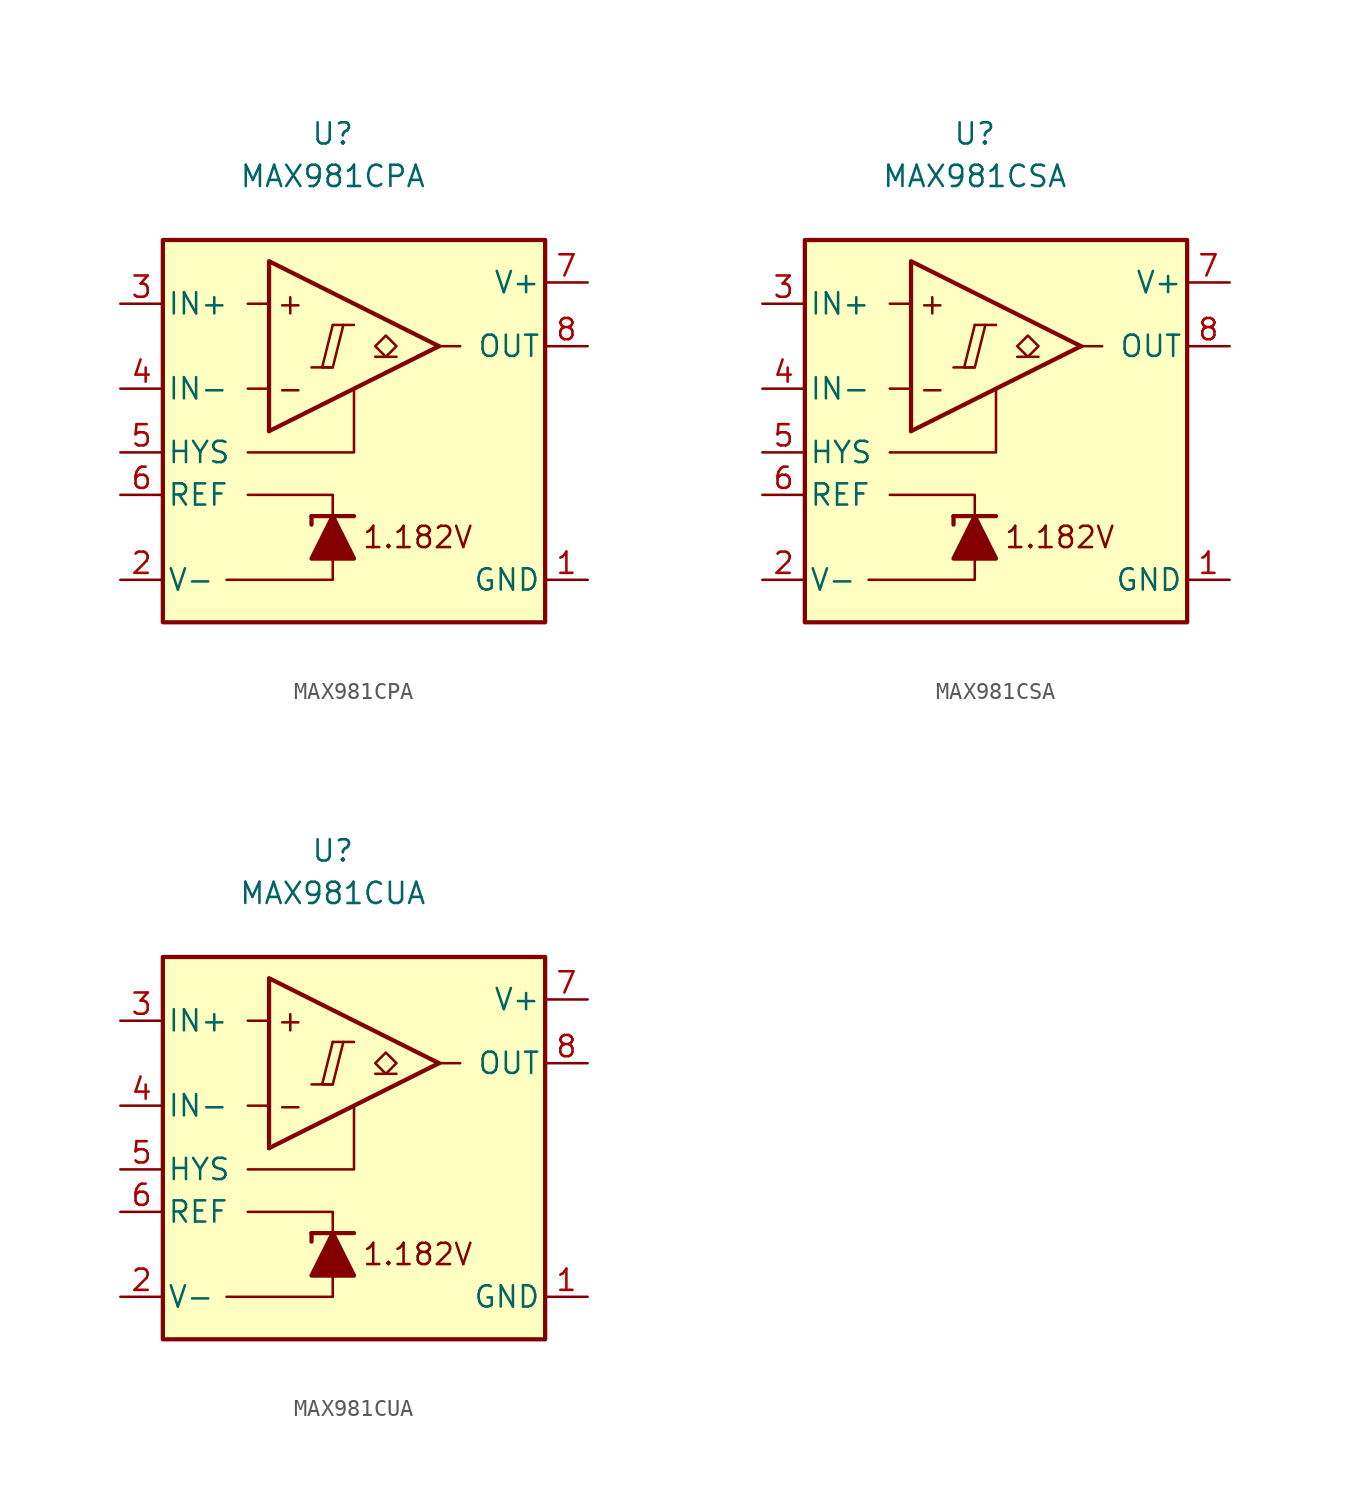
<source format=kicad_sym>
(kicad_symbol_lib
  (version 20211014)
  (generator kicad_symbol_editor)
  (symbol "MAX981CPA"
    (pin_names
      (offset 0.254))
    (property "Reference" "U"
      (at 0 16.51 0)
      (effects (font (size 1.27 1.27))))
    (property "Value" "MAX981CPA"
      (at 0 13.97 0)
      (effects (font (size 1.27 1.27))))
    (symbol "MAX981CPA_0_0"
      (polyline (pts (xy -1.27 2.54) (xy 0 2.54)) (stroke (width 0.152) (type default) (color 0 0 0 0)) (fill (type none)))
      (polyline (pts (xy 0 5.08) (xy 1.27 5.08)) (stroke (width 0.152) (type default) (color 0 0 0 0)) (fill (type none)))
      (polyline (pts (xy 6.35 3.81) (xy -3.81 -1.27)) (stroke (width 0.254) (type default) (color 0 0 0 0)) (fill (type none)))
      (polyline (pts (xy 6.35 3.81) (xy -3.81 8.89) (xy -3.81 -1.27)) (stroke (width 0.254) (type default) (color 0 0 0 0)) (fill (type background)))
      (polyline (pts (xy 0 5.08) (xy -0.635 2.54) (xy 0 2.54) (xy 0.635 5.08)) (stroke (width 0.152) (type default) (color 0 0 0 0)) (fill (type none)))
      (text "+" (at -2.54 6.35 0) (effects (font (size 1.27 1.27))))
      (text "-" (at -2.54 1.27 0) (effects (font (size 1.27 1.27))))
      (text "1.182V" (at 5.08 -7.62 0) (effects (font (size 1.27 1.27)))))
    (symbol "MAX981CPA_0_1"
      (polyline (pts (xy -3.81 1.27) (xy -5.08 1.27)) (stroke (width 0) (type default) (color 0 0 0 0)) (fill (type none)))
      (polyline (pts (xy -3.81 6.35) (xy -5.08 6.35)) (stroke (width 0) (type default) (color 0 0 0 0)) (fill (type none)))
      (polyline (pts (xy -1.27 -6.35) (xy -1.27 -6.858)) (stroke (width 0.254) (type default) (color 0 0 0 0)) (fill (type none)))
      (polyline (pts (xy -1.27 -6.35) (xy 1.27 -6.35)) (stroke (width 0.254) (type default) (color 0 0 0 0)) (fill (type none)))
      (polyline (pts (xy 6.35 3.81) (xy 7.62 3.81)) (stroke (width 0) (type default) (color 0 0 0 0)) (fill (type none)))
      (polyline (pts (xy 0 -8.89) (xy 0 -10.16) (xy -6.35 -10.16)) (stroke (width 0) (type default) (color 0 0 0 0)) (fill (type none)))
      (polyline (pts (xy 0 -6.35) (xy 0 -5.08) (xy -5.08 -5.08)) (stroke (width 0) (type default) (color 0 0 0 0)) (fill (type none)))
      (polyline (pts (xy 1.27 1.27) (xy 1.27 -2.54) (xy -5.08 -2.54)) (stroke (width 0) (type default) (color 0 0 0 0)) (fill (type none)))
      (polyline (pts (xy 1.27 -8.89) (xy -1.27 -8.89) (xy 0 -6.35) (xy 1.27 -8.89)) (stroke (width 0.254) (type default) (color 0 0 0 0)) (fill (type outline)))
      (rectangle (start 12.7 10.16) (end -10.16 -12.7) (stroke (width 0.254) (type default) (color 0 0 0 0)) (fill (type background))))
    (symbol "MAX981CPA_1_1"
      (polyline (pts (xy 3.81 3.175) (xy 2.54 3.175)) (stroke (width 0.152) (type default) (color 0 0 0 0)) (fill (type none)))
      (polyline (pts (xy 3.175 3.175) (xy 2.54 3.81) (xy 3.175 4.445) (xy 3.81 3.81) (xy 3.175 3.175)) (stroke (width 0.152) (type default) (color 0 0 0 0)) (fill (type none)))
      (pin power_in line (at 15.24 -10.16 180) (length 2.54) (name "GND" (effects (font (size 1.27 1.27)))) (number "1" (effects (font (size 1.27 1.27)))))
      (pin power_in line (at -12.7 -10.16 0) (length 2.54) (name "V-" (effects (font (size 1.27 1.27)))) (number "2" (effects (font (size 1.27 1.27)))))
      (pin input line (at -12.7 6.35 0) (length 2.54) (name "IN+" (effects (font (size 1.27 1.27)))) (number "3" (effects (font (size 1.27 1.27)))))
      (pin input line (at -12.7 1.27 0) (length 2.54) (name "IN-" (effects (font (size 1.27 1.27)))) (number "4" (effects (font (size 1.27 1.27)))))
      (pin input line (at -12.7 -2.54 0) (length 2.54) (name "HYS" (effects (font (size 1.27 1.27)))) (number "5" (effects (font (size 1.27 1.27)))))
      (pin output line (at -12.7 -5.08 0) (length 2.54) (name "REF" (effects (font (size 1.27 1.27)))) (number "6" (effects (font (size 1.27 1.27)))))
      (pin power_in line (at 15.24 7.62 180) (length 2.54) (name "V+" (effects (font (size 1.27 1.27)))) (number "7" (effects (font (size 1.27 1.27)))))
      (pin open_collector line (at 15.24 3.81 180) (length 2.54) (name "OUT" (effects (font (size 1.27 1.27)))) (number "8" (effects (font (size 1.27 1.27)))))))
  (symbol "MAX981CSA"
    (pin_names
      (offset 0.254))
    (property "Reference" "U"
      (at 0 16.51 0)
      (effects (font (size 1.27 1.27))))
    (property "Value" "MAX981CSA"
      (at 0 13.97 0)
      (effects (font (size 1.27 1.27))))
    (symbol "MAX981CSA_0_0"
      (polyline (pts (xy -1.27 2.54) (xy 0 2.54)) (stroke (width 0.152) (type default) (color 0 0 0 0)) (fill (type none)))
      (polyline (pts (xy 0 5.08) (xy 1.27 5.08)) (stroke (width 0.152) (type default) (color 0 0 0 0)) (fill (type none)))
      (polyline (pts (xy 6.35 3.81) (xy -3.81 -1.27)) (stroke (width 0.254) (type default) (color 0 0 0 0)) (fill (type none)))
      (polyline (pts (xy 6.35 3.81) (xy -3.81 8.89) (xy -3.81 -1.27)) (stroke (width 0.254) (type default) (color 0 0 0 0)) (fill (type background)))
      (polyline (pts (xy 0 5.08) (xy -0.635 2.54) (xy 0 2.54) (xy 0.635 5.08)) (stroke (width 0.152) (type default) (color 0 0 0 0)) (fill (type none)))
      (text "+" (at -2.54 6.35 0) (effects (font (size 1.27 1.27))))
      (text "-" (at -2.54 1.27 0) (effects (font (size 1.27 1.27))))
      (text "1.182V" (at 5.08 -7.62 0) (effects (font (size 1.27 1.27)))))
    (symbol "MAX981CSA_0_1"
      (polyline (pts (xy -3.81 1.27) (xy -5.08 1.27)) (stroke (width 0) (type default) (color 0 0 0 0)) (fill (type none)))
      (polyline (pts (xy -3.81 6.35) (xy -5.08 6.35)) (stroke (width 0) (type default) (color 0 0 0 0)) (fill (type none)))
      (polyline (pts (xy -1.27 -6.35) (xy -1.27 -6.858)) (stroke (width 0.254) (type default) (color 0 0 0 0)) (fill (type none)))
      (polyline (pts (xy -1.27 -6.35) (xy 1.27 -6.35)) (stroke (width 0.254) (type default) (color 0 0 0 0)) (fill (type none)))
      (polyline (pts (xy 6.35 3.81) (xy 7.62 3.81)) (stroke (width 0) (type default) (color 0 0 0 0)) (fill (type none)))
      (polyline (pts (xy 0 -8.89) (xy 0 -10.16) (xy -6.35 -10.16)) (stroke (width 0) (type default) (color 0 0 0 0)) (fill (type none)))
      (polyline (pts (xy 0 -6.35) (xy 0 -5.08) (xy -5.08 -5.08)) (stroke (width 0) (type default) (color 0 0 0 0)) (fill (type none)))
      (polyline (pts (xy 1.27 1.27) (xy 1.27 -2.54) (xy -5.08 -2.54)) (stroke (width 0) (type default) (color 0 0 0 0)) (fill (type none)))
      (polyline (pts (xy 1.27 -8.89) (xy -1.27 -8.89) (xy 0 -6.35) (xy 1.27 -8.89)) (stroke (width 0.254) (type default) (color 0 0 0 0)) (fill (type outline)))
      (rectangle (start 12.7 10.16) (end -10.16 -12.7) (stroke (width 0.254) (type default) (color 0 0 0 0)) (fill (type background))))
    (symbol "MAX981CSA_1_1"
      (polyline (pts (xy 3.81 3.175) (xy 2.54 3.175)) (stroke (width 0.152) (type default) (color 0 0 0 0)) (fill (type none)))
      (polyline (pts (xy 3.175 3.175) (xy 2.54 3.81) (xy 3.175 4.445) (xy 3.81 3.81) (xy 3.175 3.175)) (stroke (width 0.152) (type default) (color 0 0 0 0)) (fill (type none)))
      (pin power_in line (at 15.24 -10.16 180) (length 2.54) (name "GND" (effects (font (size 1.27 1.27)))) (number "1" (effects (font (size 1.27 1.27)))))
      (pin power_in line (at -12.7 -10.16 0) (length 2.54) (name "V-" (effects (font (size 1.27 1.27)))) (number "2" (effects (font (size 1.27 1.27)))))
      (pin input line (at -12.7 6.35 0) (length 2.54) (name "IN+" (effects (font (size 1.27 1.27)))) (number "3" (effects (font (size 1.27 1.27)))))
      (pin input line (at -12.7 1.27 0) (length 2.54) (name "IN-" (effects (font (size 1.27 1.27)))) (number "4" (effects (font (size 1.27 1.27)))))
      (pin input line (at -12.7 -2.54 0) (length 2.54) (name "HYS" (effects (font (size 1.27 1.27)))) (number "5" (effects (font (size 1.27 1.27)))))
      (pin output line (at -12.7 -5.08 0) (length 2.54) (name "REF" (effects (font (size 1.27 1.27)))) (number "6" (effects (font (size 1.27 1.27)))))
      (pin power_in line (at 15.24 7.62 180) (length 2.54) (name "V+" (effects (font (size 1.27 1.27)))) (number "7" (effects (font (size 1.27 1.27)))))
      (pin open_collector line (at 15.24 3.81 180) (length 2.54) (name "OUT" (effects (font (size 1.27 1.27)))) (number "8" (effects (font (size 1.27 1.27)))))))
  (symbol "MAX981CUA"
    (pin_names
      (offset 0.254))
    (property "Reference" "U"
      (at 0 16.51 0)
      (effects (font (size 1.27 1.27))))
    (property "Value" "MAX981CUA"
      (at 0 13.97 0)
      (effects (font (size 1.27 1.27))))
    (symbol "MAX981CUA_0_0"
      (polyline (pts (xy -1.27 2.54) (xy 0 2.54)) (stroke (width 0.152) (type default) (color 0 0 0 0)) (fill (type none)))
      (polyline (pts (xy 0 5.08) (xy 1.27 5.08)) (stroke (width 0.152) (type default) (color 0 0 0 0)) (fill (type none)))
      (polyline (pts (xy 6.35 3.81) (xy -3.81 -1.27)) (stroke (width 0.254) (type default) (color 0 0 0 0)) (fill (type none)))
      (polyline (pts (xy 6.35 3.81) (xy -3.81 8.89) (xy -3.81 -1.27)) (stroke (width 0.254) (type default) (color 0 0 0 0)) (fill (type background)))
      (polyline (pts (xy 0 5.08) (xy -0.635 2.54) (xy 0 2.54) (xy 0.635 5.08)) (stroke (width 0.152) (type default) (color 0 0 0 0)) (fill (type none)))
      (text "+" (at -2.54 6.35 0) (effects (font (size 1.27 1.27))))
      (text "-" (at -2.54 1.27 0) (effects (font (size 1.27 1.27))))
      (text "1.182V" (at 5.08 -7.62 0) (effects (font (size 1.27 1.27)))))
    (symbol "MAX981CUA_0_1"
      (polyline (pts (xy -3.81 1.27) (xy -5.08 1.27)) (stroke (width 0) (type default) (color 0 0 0 0)) (fill (type none)))
      (polyline (pts (xy -3.81 6.35) (xy -5.08 6.35)) (stroke (width 0) (type default) (color 0 0 0 0)) (fill (type none)))
      (polyline (pts (xy -1.27 -6.35) (xy -1.27 -6.858)) (stroke (width 0.254) (type default) (color 0 0 0 0)) (fill (type none)))
      (polyline (pts (xy -1.27 -6.35) (xy 1.27 -6.35)) (stroke (width 0.254) (type default) (color 0 0 0 0)) (fill (type none)))
      (polyline (pts (xy 6.35 3.81) (xy 7.62 3.81)) (stroke (width 0) (type default) (color 0 0 0 0)) (fill (type none)))
      (polyline (pts (xy 0 -8.89) (xy 0 -10.16) (xy -6.35 -10.16)) (stroke (width 0) (type default) (color 0 0 0 0)) (fill (type none)))
      (polyline (pts (xy 0 -6.35) (xy 0 -5.08) (xy -5.08 -5.08)) (stroke (width 0) (type default) (color 0 0 0 0)) (fill (type none)))
      (polyline (pts (xy 1.27 1.27) (xy 1.27 -2.54) (xy -5.08 -2.54)) (stroke (width 0) (type default) (color 0 0 0 0)) (fill (type none)))
      (polyline (pts (xy 1.27 -8.89) (xy -1.27 -8.89) (xy 0 -6.35) (xy 1.27 -8.89)) (stroke (width 0.254) (type default) (color 0 0 0 0)) (fill (type outline)))
      (rectangle (start 12.7 10.16) (end -10.16 -12.7) (stroke (width 0.254) (type default) (color 0 0 0 0)) (fill (type background))))
    (symbol "MAX981CUA_1_1"
      (polyline (pts (xy 3.81 3.175) (xy 2.54 3.175)) (stroke (width 0.152) (type default) (color 0 0 0 0)) (fill (type none)))
      (polyline (pts (xy 3.175 3.175) (xy 2.54 3.81) (xy 3.175 4.445) (xy 3.81 3.81) (xy 3.175 3.175)) (stroke (width 0.152) (type default) (color 0 0 0 0)) (fill (type none)))
      (pin power_in line (at 15.24 -10.16 180) (length 2.54) (name "GND" (effects (font (size 1.27 1.27)))) (number "1" (effects (font (size 1.27 1.27)))))
      (pin power_in line (at -12.7 -10.16 0) (length 2.54) (name "V-" (effects (font (size 1.27 1.27)))) (number "2" (effects (font (size 1.27 1.27)))))
      (pin input line (at -12.7 6.35 0) (length 2.54) (name "IN+" (effects (font (size 1.27 1.27)))) (number "3" (effects (font (size 1.27 1.27)))))
      (pin input line (at -12.7 1.27 0) (length 2.54) (name "IN-" (effects (font (size 1.27 1.27)))) (number "4" (effects (font (size 1.27 1.27)))))
      (pin input line (at -12.7 -2.54 0) (length 2.54) (name "HYS" (effects (font (size 1.27 1.27)))) (number "5" (effects (font (size 1.27 1.27)))))
      (pin output line (at -12.7 -5.08 0) (length 2.54) (name "REF" (effects (font (size 1.27 1.27)))) (number "6" (effects (font (size 1.27 1.27)))))
      (pin power_in line (at 15.24 7.62 180) (length 2.54) (name "V+" (effects (font (size 1.27 1.27)))) (number "7" (effects (font (size 1.27 1.27)))))
      (pin open_collector line (at 15.24 3.81 180) (length 2.54) (name "OUT" (effects (font (size 1.27 1.27)))) (number "8" (effects (font (size 1.27 1.27))))))))
</source>
